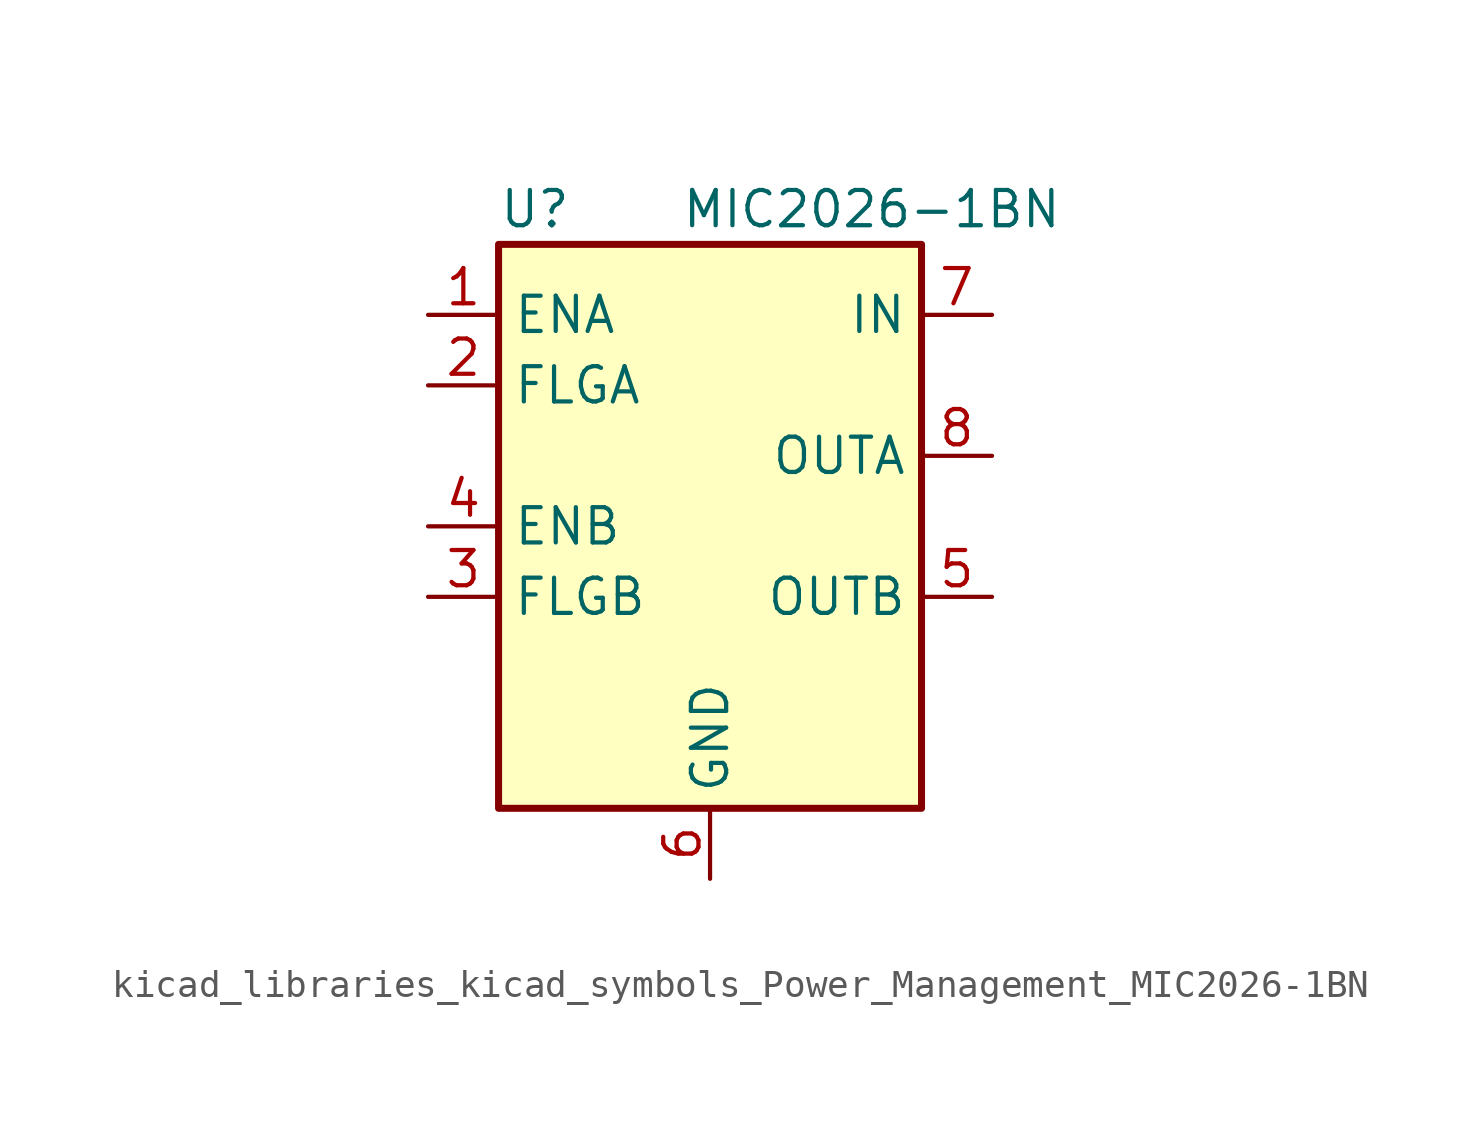
<source format=kicad_sym>
(kicad_symbol_lib
  (version 20220914)
  (generator kicad_symbol_editor)
  (symbol "kicad_libraries_kicad_symbols_Power_Management_MIC2026-1BN"
    (property "Reference" "U"
      (at -7.62 11.43 0)
      (effects (font (size 1.27 1.27)) (justify left)))
    (property "Value" "MIC2026-1BN"
      (at 12.7 11.43 0)
      (effects (font (size 1.27 1.27)) (justify right)))
    (symbol "kicad_libraries_kicad_symbols_Power_Management_MIC2026-1BN_0_1"
      (rectangle (start -7.62 -10.16) (end 7.62 10.16) (stroke (width 0.254) (type default)) (fill (type background))))
    (symbol "kicad_libraries_kicad_symbols_Power_Management_MIC2026-1BN_1_1"
      (pin input line (at -10.16 7.62 0) (length 2.54) (name "ENA" (effects (font (size 1.27 1.27)))) (number "1" (effects (font (size 1.27 1.27)))))
      (pin output line (at -10.16 5.08 0) (length 2.54) (name "FLGA" (effects (font (size 1.27 1.27)))) (number "2" (effects (font (size 1.27 1.27)))))
      (pin output line (at -10.16 -2.54 0) (length 2.54) (name "FLGB" (effects (font (size 1.27 1.27)))) (number "3" (effects (font (size 1.27 1.27)))))
      (pin input line (at -10.16 0 0) (length 2.54) (name "ENB" (effects (font (size 1.27 1.27)))) (number "4" (effects (font (size 1.27 1.27)))))
      (pin power_out line (at 10.16 -2.54 180) (length 2.54) (name "OUTB" (effects (font (size 1.27 1.27)))) (number "5" (effects (font (size 1.27 1.27)))))
      (pin power_in line (at 0 -12.7 90) (length 2.54) (name "GND" (effects (font (size 1.27 1.27)))) (number "6" (effects (font (size 1.27 1.27)))))
      (pin power_in line (at 10.16 7.62 180) (length 2.54) (name "IN" (effects (font (size 1.27 1.27)))) (number "7" (effects (font (size 1.27 1.27)))))
      (pin power_out line (at 10.16 2.54 180) (length 2.54) (name "OUTA" (effects (font (size 1.27 1.27)))) (number "8" (effects (font (size 1.27 1.27))))))))
</source>
